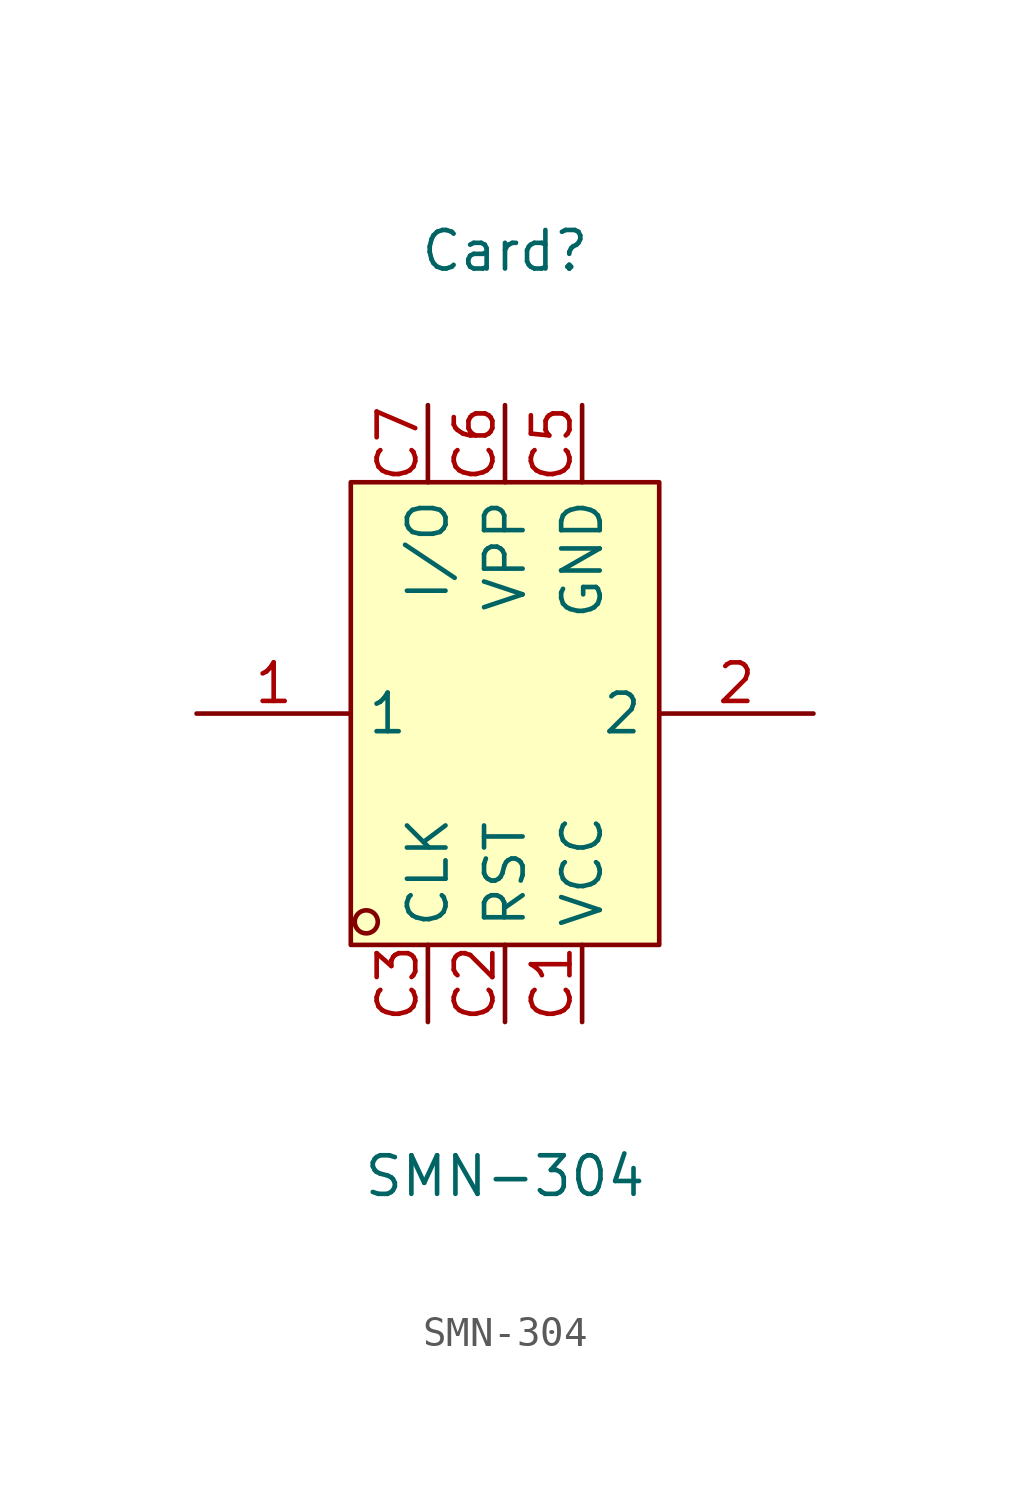
<source format=kicad_sym>
(kicad_symbol_lib
  (version 20211014)
  (generator https://github.com/uPesy/easyeda2kicad.py)
  (symbol "SMN-304"
    (property "Reference" "Card"
      (at 0 15.24 0)
      (effects (font (size 1.27 1.27))))
    (property "Value" "SMN-304"
      (at 0 -15.24 0)
      (effects (font (size 1.27 1.27))))
    (symbol "SMN-304_0_1"
      (rectangle (start -5.08 7.62) (end 5.08 -7.62) (stroke (width 0) (type default) (color 0 0 0 0)) (fill (type background)))
      (circle (center -4.57 -6.86) (radius 0.38) (stroke (width 0) (type default) (color 0 0 0 0)) (fill (type none)))
      (pin unspecified line (at 2.54 -10.16 90) (length 2.54) (name "VCC" (effects (font (size 1.27 1.27)))) (number "C1" (effects (font (size 1.27 1.27)))))
      (pin unspecified line (at 0.00 -10.16 90) (length 2.54) (name "RST" (effects (font (size 1.27 1.27)))) (number "C2" (effects (font (size 1.27 1.27)))))
      (pin unspecified line (at -2.54 -10.16 90) (length 2.54) (name "CLK" (effects (font (size 1.27 1.27)))) (number "C3" (effects (font (size 1.27 1.27)))))
      (pin unspecified line (at 2.54 10.16 270) (length 2.54) (name "GND" (effects (font (size 1.27 1.27)))) (number "C5" (effects (font (size 1.27 1.27)))))
      (pin unspecified line (at 0.00 10.16 270) (length 2.54) (name "VPP" (effects (font (size 1.27 1.27)))) (number "C6" (effects (font (size 1.27 1.27)))))
      (pin unspecified line (at -2.54 10.16 270) (length 2.54) (name "I/O" (effects (font (size 1.27 1.27)))) (number "C7" (effects (font (size 1.27 1.27)))))
      (pin unspecified line (at -10.16 -0.00 0) (length 5.08) (name "1" (effects (font (size 1.27 1.27)))) (number "1" (effects (font (size 1.27 1.27)))))
      (pin unspecified line (at 10.16 -0.00 180) (length 5.08) (name "2" (effects (font (size 1.27 1.27)))) (number "2" (effects (font (size 1.27 1.27))))))))
</source>
